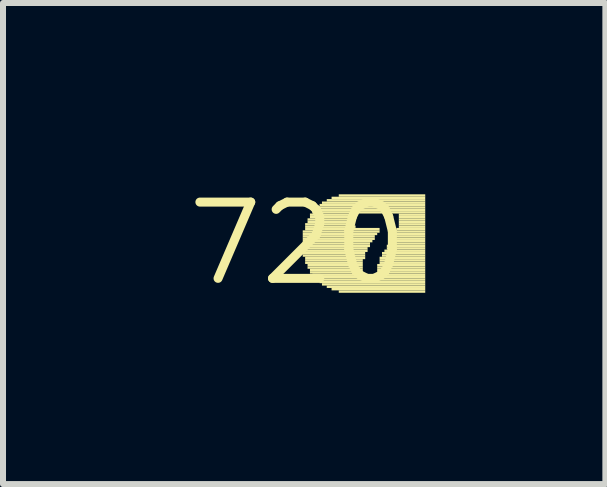
<source format=kicad_pcb>
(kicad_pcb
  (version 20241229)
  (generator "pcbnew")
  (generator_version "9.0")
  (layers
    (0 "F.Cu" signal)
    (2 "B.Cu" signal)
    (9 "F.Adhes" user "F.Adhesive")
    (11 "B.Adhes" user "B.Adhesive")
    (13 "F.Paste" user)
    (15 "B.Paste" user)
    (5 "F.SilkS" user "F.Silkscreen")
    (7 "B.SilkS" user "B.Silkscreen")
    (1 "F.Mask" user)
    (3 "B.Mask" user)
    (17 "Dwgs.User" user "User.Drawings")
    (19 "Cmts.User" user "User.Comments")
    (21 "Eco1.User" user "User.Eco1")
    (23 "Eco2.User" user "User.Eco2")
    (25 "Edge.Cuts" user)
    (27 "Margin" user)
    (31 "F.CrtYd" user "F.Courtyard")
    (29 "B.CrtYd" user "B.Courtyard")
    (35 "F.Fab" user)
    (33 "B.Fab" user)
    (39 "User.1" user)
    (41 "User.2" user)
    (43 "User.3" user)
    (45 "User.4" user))
  (footprint "720"
    (layer "F.Cu")
    (at 1.912 1.006)
    (property "Reference" "720" (at 0 0 0) (layer "F.SilkS") (effects (font (size 1.27 1.27) (thickness 0.15))))
    (attr through_hole)
    (fp_poly (pts (xy 0.08 -0.18) (xy 1.36 -0.18) (xy 1.36 -0.22) (xy 0.08 -0.22)) (stroke (width 0) (type solid)) (fill yes) (layer "F.SilkS"))
    (fp_poly (pts (xy 0.08 -0.14) (xy 1.32 -0.14) (xy 1.32 -0.18) (xy 0.08 -0.18)) (stroke (width 0) (type solid)) (fill yes) (layer "F.SilkS"))
    (fp_poly (pts (xy 0.08 -0.1) (xy 1.28 -0.1) (xy 1.28 -0.14) (xy 0.08 -0.14)) (stroke (width 0) (type solid)) (fill yes) (layer "F.SilkS"))
    (fp_poly (pts (xy 0.08 -0.06) (xy 1.28 -0.06) (xy 1.28 -0.1) (xy 0.08 -0.1)) (stroke (width 0) (type solid)) (fill yes) (layer "F.SilkS"))
    (fp_poly (pts (xy 0.08 -0.02) (xy 1.24 -0.02) (xy 1.24 -0.06) (xy 0.08 -0.06)) (stroke (width 0) (type solid)) (fill yes) (layer "F.SilkS"))
    (fp_poly (pts (xy 0.08 0.02) (xy 1.2 0.02) (xy 1.2 -0.02) (xy 0.08 -0.02)) (stroke (width 0) (type solid)) (fill yes) (layer "F.SilkS"))
    (fp_poly (pts (xy 0.08 0.06) (xy 1.2 0.06) (xy 1.2 0.02) (xy 0.08 0.02)) (stroke (width 0) (type solid)) (fill yes) (layer "F.SilkS"))
    (fp_poly (pts (xy 0.08 0.1) (xy 1.16 0.1) (xy 1.16 0.06) (xy 0.08 0.06)) (stroke (width 0) (type solid)) (fill yes) (layer "F.SilkS"))
    (fp_poly (pts (xy 0.08 0.14) (xy 1.16 0.14) (xy 1.16 0.1) (xy 0.08 0.1)) (stroke (width 0) (type solid)) (fill yes) (layer "F.SilkS"))
    (fp_poly (pts (xy 0.08 0.18) (xy 1.12 0.18) (xy 1.12 0.14) (xy 0.08 0.14)) (stroke (width 0) (type solid)) (fill yes) (layer "F.SilkS"))
    (fp_poly (pts (xy 0.08 0.22) (xy 1.12 0.22) (xy 1.12 0.18) (xy 0.08 0.18)) (stroke (width 0) (type solid)) (fill yes) (layer "F.SilkS"))
    (fp_poly (pts (xy 0.12 -0.3) (xy 0.92 -0.3) (xy 0.92 -0.34) (xy 0.12 -0.34)) (stroke (width 0) (type solid)) (fill yes) (layer "F.SilkS"))
    (fp_poly (pts (xy 0.12 -0.26) (xy 0.96 -0.26) (xy 0.96 -0.3) (xy 0.12 -0.3)) (stroke (width 0) (type solid)) (fill yes) (layer "F.SilkS"))
    (fp_poly (pts (xy 0.12 -0.22) (xy 1.36 -0.22) (xy 1.36 -0.26) (xy 0.12 -0.26)) (stroke (width 0) (type solid)) (fill yes) (layer "F.SilkS"))
    (fp_poly (pts (xy 0.12 0.26) (xy 1.12 0.26) (xy 1.12 0.22) (xy 0.12 0.22)) (stroke (width 0) (type solid)) (fill yes) (layer "F.SilkS"))
    (fp_poly (pts (xy 0.12 0.3) (xy 1.08 0.3) (xy 1.08 0.26) (xy 0.12 0.26)) (stroke (width 0) (type solid)) (fill yes) (layer "F.SilkS"))
    (fp_poly (pts (xy 0.12 0.34) (xy 1.08 0.34) (xy 1.08 0.3) (xy 0.12 0.3)) (stroke (width 0) (type solid)) (fill yes) (layer "F.SilkS"))
    (fp_poly (pts (xy 0.16 -0.38) (xy 0.92 -0.38) (xy 0.92 -0.42) (xy 0.16 -0.42)) (stroke (width 0) (type solid)) (fill yes) (layer "F.SilkS"))
    (fp_poly (pts (xy 0.16 -0.34) (xy 0.92 -0.34) (xy 0.92 -0.38) (xy 0.16 -0.38)) (stroke (width 0) (type solid)) (fill yes) (layer "F.SilkS"))
    (fp_poly (pts (xy 0.16 0.38) (xy 1.08 0.38) (xy 1.08 0.34) (xy 0.16 0.34)) (stroke (width 0) (type solid)) (fill yes) (layer "F.SilkS"))
    (fp_poly (pts (xy 0.16 0.42) (xy 1.08 0.42) (xy 1.08 0.38) (xy 0.16 0.38)) (stroke (width 0) (type solid)) (fill yes) (layer "F.SilkS"))
    (fp_poly (pts (xy 0.2 -0.46) (xy 0.96 -0.46) (xy 0.96 -0.5) (xy 0.2 -0.5)) (stroke (width 0) (type solid)) (fill yes) (layer "F.SilkS"))
    (fp_poly (pts (xy 0.2 -0.42) (xy 0.92 -0.42) (xy 0.92 -0.46) (xy 0.2 -0.46)) (stroke (width 0) (type solid)) (fill yes) (layer "F.SilkS"))
    (fp_poly (pts (xy 0.2 0.46) (xy 1.08 0.46) (xy 1.08 0.42) (xy 0.2 0.42)) (stroke (width 0) (type solid)) (fill yes) (layer "F.SilkS"))
    (fp_poly (pts (xy 0.2 0.5) (xy 1.08 0.5) (xy 1.08 0.46) (xy 0.2 0.46)) (stroke (width 0) (type solid)) (fill yes) (layer "F.SilkS"))
    (fp_poly (pts (xy 0.24 -0.5) (xy 2.12 -0.5) (xy 2.12 -0.54) (xy 0.24 -0.54)) (stroke (width 0) (type solid)) (fill yes) (layer "F.SilkS"))
    (fp_poly (pts (xy 0.24 0.54) (xy 1.12 0.54) (xy 1.12 0.5) (xy 0.24 0.5)) (stroke (width 0) (type solid)) (fill yes) (layer "F.SilkS"))
    (fp_poly (pts (xy 0.28 -0.54) (xy 2.12 -0.54) (xy 2.12 -0.58) (xy 0.28 -0.58)) (stroke (width 0) (type solid)) (fill yes) (layer "F.SilkS"))
    (fp_poly (pts (xy 0.28 0.58) (xy 2.12 0.58) (xy 2.12 0.54) (xy 0.28 0.54)) (stroke (width 0) (type solid)) (fill yes) (layer "F.SilkS"))
    (fp_poly (pts (xy 0.32 -0.58) (xy 2.12 -0.58) (xy 2.12 -0.62) (xy 0.32 -0.62)) (stroke (width 0) (type solid)) (fill yes) (layer "F.SilkS"))
    (fp_poly (pts (xy 0.32 0.62) (xy 2.12 0.62) (xy 2.12 0.58) (xy 0.32 0.58)) (stroke (width 0) (type solid)) (fill yes) (layer "F.SilkS"))
    (fp_poly (pts (xy 0.36 -0.62) (xy 2.12 -0.62) (xy 2.12 -0.66) (xy 0.36 -0.66)) (stroke (width 0) (type solid)) (fill yes) (layer "F.SilkS"))
    (fp_poly (pts (xy 0.36 0.66) (xy 2.12 0.66) (xy 2.12 0.62) (xy 0.36 0.62)) (stroke (width 0) (type solid)) (fill yes) (layer "F.SilkS"))
    (fp_poly (pts (xy 0.4 -0.66) (xy 2.12 -0.66) (xy 2.12 -0.7) (xy 0.4 -0.7)) (stroke (width 0) (type solid)) (fill yes) (layer "F.SilkS"))
    (fp_poly (pts (xy 0.4 0.7) (xy 2.12 0.7) (xy 2.12 0.66) (xy 0.4 0.66)) (stroke (width 0) (type solid)) (fill yes) (layer "F.SilkS"))
    (fp_poly (pts (xy 0.48 -0.7) (xy 2.12 -0.7) (xy 2.12 -0.74) (xy 0.48 -0.74)) (stroke (width 0) (type solid)) (fill yes) (layer "F.SilkS"))
    (fp_poly (pts (xy 0.48 0.74) (xy 2.12 0.74) (xy 2.12 0.7) (xy 0.48 0.7)) (stroke (width 0) (type solid)) (fill yes) (layer "F.SilkS"))
    (fp_poly (pts (xy 0.56 -0.74) (xy 2.12 -0.74) (xy 2.12 -0.78) (xy 0.56 -0.78)) (stroke (width 0) (type solid)) (fill yes) (layer "F.SilkS"))
    (fp_poly (pts (xy 0.56 0.78) (xy 2.12 0.78) (xy 2.12 0.74) (xy 0.56 0.74)) (stroke (width 0) (type solid)) (fill yes) (layer "F.SilkS"))
    (fp_poly (pts (xy 0.68 -0.78) (xy 2.12 -0.78) (xy 2.12 -0.82) (xy 0.68 -0.82)) (stroke (width 0) (type solid)) (fill yes) (layer "F.SilkS"))
    (fp_poly (pts (xy 0.68 0.82) (xy 2.12 0.82) (xy 2.12 0.78) (xy 0.68 0.78)) (stroke (width 0) (type solid)) (fill yes) (layer "F.SilkS"))
    (fp_poly (pts (xy 1.28 0.54) (xy 2.12 0.54) (xy 2.12 0.5) (xy 1.28 0.5)) (stroke (width 0) (type solid)) (fill yes) (layer "F.SilkS"))
    (fp_poly (pts (xy 1.32 0.38) (xy 2.12 0.38) (xy 2.12 0.34) (xy 1.32 0.34)) (stroke (width 0) (type solid)) (fill yes) (layer "F.SilkS"))
    (fp_poly (pts (xy 1.32 0.42) (xy 2.12 0.42) (xy 2.12 0.38) (xy 1.32 0.38)) (stroke (width 0) (type solid)) (fill yes) (layer "F.SilkS"))
    (fp_poly (pts (xy 1.32 0.46) (xy 2.12 0.46) (xy 2.12 0.42) (xy 1.32 0.42)) (stroke (width 0) (type solid)) (fill yes) (layer "F.SilkS"))
    (fp_poly (pts (xy 1.32 0.5) (xy 2.12 0.5) (xy 2.12 0.46) (xy 1.32 0.46)) (stroke (width 0) (type solid)) (fill yes) (layer "F.SilkS"))
    (fp_poly (pts (xy 1.36 0.26) (xy 2.12 0.26) (xy 2.12 0.22) (xy 1.36 0.22)) (stroke (width 0) (type solid)) (fill yes) (layer "F.SilkS"))
    (fp_poly (pts (xy 1.36 0.3) (xy 2.12 0.3) (xy 2.12 0.26) (xy 1.36 0.26)) (stroke (width 0) (type solid)) (fill yes) (layer "F.SilkS"))
    (fp_poly (pts (xy 1.36 0.34) (xy 2.12 0.34) (xy 2.12 0.3) (xy 1.36 0.3)) (stroke (width 0) (type solid)) (fill yes) (layer "F.SilkS"))
    (fp_poly (pts (xy 1.4 0.18) (xy 2.12 0.18) (xy 2.12 0.14) (xy 1.4 0.14)) (stroke (width 0) (type solid)) (fill yes) (layer "F.SilkS"))
    (fp_poly (pts (xy 1.4 0.22) (xy 2.12 0.22) (xy 2.12 0.18) (xy 1.4 0.18)) (stroke (width 0) (type solid)) (fill yes) (layer "F.SilkS"))
    (fp_poly (pts (xy 1.44 0.14) (xy 2.12 0.14) (xy 2.12 0.1) (xy 1.44 0.1)) (stroke (width 0) (type solid)) (fill yes) (layer "F.SilkS"))
    (fp_poly (pts (xy 1.48 0.06) (xy 2.12 0.06) (xy 2.12 0.02) (xy 1.48 0.02)) (stroke (width 0) (type solid)) (fill yes) (layer "F.SilkS"))
    (fp_poly (pts (xy 1.48 0.1) (xy 2.12 0.1) (xy 2.12 0.06) (xy 1.48 0.06)) (stroke (width 0) (type solid)) (fill yes) (layer "F.SilkS"))
    (fp_poly (pts (xy 1.52 -0.02) (xy 2.12 -0.02) (xy 2.12 -0.06) (xy 1.52 -0.06)) (stroke (width 0) (type solid)) (fill yes) (layer "F.SilkS"))
    (fp_poly (pts (xy 1.52 0.02) (xy 2.12 0.02) (xy 2.12 -0.02) (xy 1.52 -0.02)) (stroke (width 0) (type solid)) (fill yes) (layer "F.SilkS"))
    (fp_poly (pts (xy 1.56 -0.06) (xy 2.12 -0.06) (xy 2.12 -0.1) (xy 1.56 -0.1)) (stroke (width 0) (type solid)) (fill yes) (layer "F.SilkS"))
    (fp_poly (pts (xy 1.6 -0.14) (xy 2.12 -0.14) (xy 2.12 -0.18) (xy 1.6 -0.18)) (stroke (width 0) (type solid)) (fill yes) (layer "F.SilkS"))
    (fp_poly (pts (xy 1.6 -0.1) (xy 2.12 -0.1) (xy 2.12 -0.14) (xy 1.6 -0.14)) (stroke (width 0) (type solid)) (fill yes) (layer "F.SilkS"))
    (fp_poly (pts (xy 1.64 -0.22) (xy 2.12 -0.22) (xy 2.12 -0.26) (xy 1.64 -0.26)) (stroke (width 0) (type solid)) (fill yes) (layer "F.SilkS"))
    (fp_poly (pts (xy 1.64 -0.18) (xy 2.12 -0.18) (xy 2.12 -0.22) (xy 1.64 -0.22)) (stroke (width 0) (type solid)) (fill yes) (layer "F.SilkS"))
    (fp_poly (pts (xy 1.68 -0.46) (xy 2.12 -0.46) (xy 2.12 -0.5) (xy 1.68 -0.5)) (stroke (width 0) (type solid)) (fill yes) (layer "F.SilkS"))
    (fp_poly (pts (xy 1.68 -0.42) (xy 2.12 -0.42) (xy 2.12 -0.46) (xy 1.68 -0.46)) (stroke (width 0) (type solid)) (fill yes) (layer "F.SilkS"))
    (fp_poly (pts (xy 1.68 -0.38) (xy 2.12 -0.38) (xy 2.12 -0.42) (xy 1.68 -0.42)) (stroke (width 0) (type solid)) (fill yes) (layer "F.SilkS"))
    (fp_poly (pts (xy 1.68 -0.34) (xy 2.12 -0.34) (xy 2.12 -0.38) (xy 1.68 -0.38)) (stroke (width 0) (type solid)) (fill yes) (layer "F.SilkS"))
    (fp_poly (pts (xy 1.68 -0.3) (xy 2.12 -0.3) (xy 2.12 -0.34) (xy 1.68 -0.34)) (stroke (width 0) (type solid)) (fill yes) (layer "F.SilkS"))
    (fp_poly (pts (xy 1.68 -0.26) (xy 2.12 -0.26) (xy 2.12 -0.3) (xy 1.68 -0.3)) (stroke (width 0) (type solid)) (fill yes) (layer "F.SilkS")))
  (gr_rect
    (start -3 -3)
    (end 7.032 5.012)
    (stroke (width 0.1) (type default))
    (fill no)
    (layer "Edge.Cuts")))
</source>
